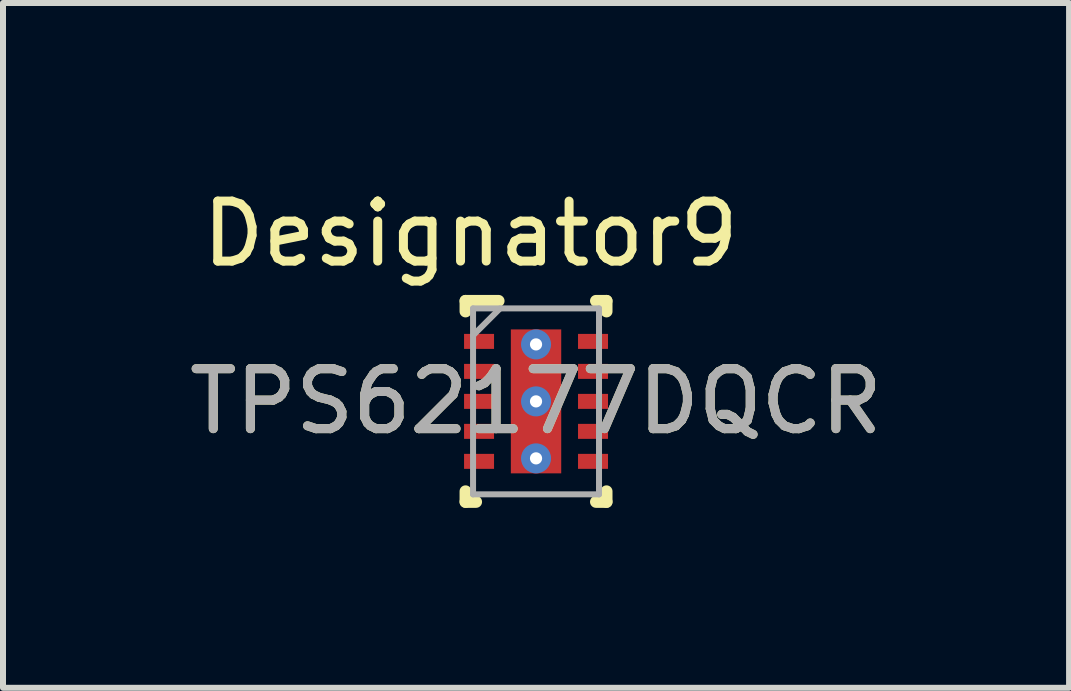
<source format=kicad_pcb>
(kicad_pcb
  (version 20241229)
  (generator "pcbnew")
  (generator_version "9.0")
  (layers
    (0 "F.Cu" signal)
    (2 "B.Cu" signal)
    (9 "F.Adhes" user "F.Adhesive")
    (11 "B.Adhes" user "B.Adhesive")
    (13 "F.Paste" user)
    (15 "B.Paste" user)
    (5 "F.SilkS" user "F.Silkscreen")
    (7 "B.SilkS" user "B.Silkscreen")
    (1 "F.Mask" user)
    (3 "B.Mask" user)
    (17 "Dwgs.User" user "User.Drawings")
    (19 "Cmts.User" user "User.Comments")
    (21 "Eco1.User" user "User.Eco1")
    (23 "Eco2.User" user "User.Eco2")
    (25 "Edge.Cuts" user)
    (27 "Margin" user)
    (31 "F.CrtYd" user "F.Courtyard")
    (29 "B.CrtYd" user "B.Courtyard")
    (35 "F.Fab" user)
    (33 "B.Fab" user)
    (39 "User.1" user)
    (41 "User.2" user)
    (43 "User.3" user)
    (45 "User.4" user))
  (footprint "TPS62177DQCR"
    (layer "F.Cu")
    (at 5.887 3.642)
    (property "Reference" "TPS62177DQCR" (at 0 0 0) (unlocked yes) (layer "F.SilkS") (effects (font (size 1 1) (thickness 0.15))))
    (attr smd)
    (fp_line (start -1.175 -1.675) (end -0.625 -1.675) (stroke (width 0.2) (type solid)) (layer "F.SilkS"))
    (fp_line (start -1.175 -1.5) (end -1.175 -1.675) (stroke (width 0.2) (type solid)) (layer "F.SilkS"))
    (fp_line (start -1.175 1.675) (end -1.175 1.5) (stroke (width 0.2) (type solid)) (layer "F.SilkS"))
    (fp_line (start -1.175 1.675) (end -1 1.675) (stroke (width 0.2) (type solid)) (layer "F.SilkS"))
    (fp_line (start 1 -1.675) (end 1.175 -1.675) (stroke (width 0.2) (type solid)) (layer "F.SilkS"))
    (fp_line (start 1 1.675) (end 1.175 1.675) (stroke (width 0.2) (type solid)) (layer "F.SilkS"))
    (fp_line (start 1.175 -1.5) (end 1.175 -1.675) (stroke (width 0.2) (type solid)) (layer "F.SilkS"))
    (fp_line (start 1.175 1.675) (end 1.175 1.5) (stroke (width 0.2) (type solid)) (layer "F.SilkS"))
    (fp_poly (pts (xy -0.4 -0.148) (xy -0.4 -1.132) (xy -0.399 -1.141) (xy -0.396 -1.15) (xy -0.392 -1.159) (xy -0.386 -1.166) (xy -0.379 -1.172) (xy -0.37 -1.176) (xy -0.361 -1.179) (xy -0.352 -1.18) (xy 0.352 -1.18) (xy 0.361 -1.179) (xy 0.37 -1.176) (xy 0.379 -1.172) (xy 0.386 -1.166) (xy 0.392 -1.159) (xy 0.396 -1.15) (xy 0.399 -1.141) (xy 0.4 -1.132) (xy 0.4 -0.148) (xy 0.399 -0.139) (xy 0.396 -0.13) (xy 0.392 -0.121) (xy 0.386 -0.114) (xy 0.379 -0.108) (xy 0.37 -0.104) (xy 0.361 -0.101) (xy 0.352 -0.1) (xy -0.352 -0.1) (xy -0.361 -0.101) (xy -0.37 -0.104) (xy -0.379 -0.108) (xy -0.386 -0.114) (xy -0.392 -0.121) (xy -0.396 -0.13) (xy -0.399 -0.139)) (stroke (width 0) (type solid)) (fill yes) (layer "F.Paste"))
    (fp_poly (pts (xy -0.4 1.132) (xy -0.4 0.148) (xy -0.399 0.139) (xy -0.396 0.13) (xy -0.392 0.121) (xy -0.386 0.114) (xy -0.379 0.108) (xy -0.37 0.104) (xy -0.361 0.101) (xy -0.352 0.1) (xy 0.352 0.1) (xy 0.361 0.101) (xy 0.37 0.104) (xy 0.379 0.108) (xy 0.386 0.114) (xy 0.392 0.121) (xy 0.396 0.13) (xy 0.399 0.139) (xy 0.4 0.148) (xy 0.4 1.132) (xy 0.399 1.141) (xy 0.396 1.15) (xy 0.392 1.159) (xy 0.386 1.166) (xy 0.379 1.172) (xy 0.37 1.176) (xy 0.361 1.179) (xy 0.352 1.18) (xy -0.352 1.18) (xy -0.361 1.179) (xy -0.37 1.176) (xy -0.379 1.172) (xy -0.386 1.166) (xy -0.392 1.159) (xy -0.396 1.15) (xy -0.399 1.141)) (stroke (width 0) (type solid)) (fill yes) (layer "F.Paste"))
    (fp_line (start -1.05 -1.55) (end 1.05 -1.55) (stroke (width 0.1) (type solid)) (layer "F.Fab"))
    (fp_line (start -1.05 -1.1) (end -0.6 -1.55) (stroke (width 0.1) (type solid)) (layer "F.Fab"))
    (fp_line (start -1.05 1.55) (end -1.05 -1.55) (stroke (width 0.1) (type solid)) (layer "F.Fab"))
    (fp_line (start -1.05 1.55) (end 1.05 1.55) (stroke (width 0.1) (type solid)) (layer "F.Fab"))
    (fp_line (start 1.05 1.55) (end 1.05 -1.55) (stroke (width 0.1) (type solid)) (layer "F.Fab"))
    (fp_text user "Designator9" (at -1.092 -2.794 0) (unlocked yes) (layer "F.SilkS") (effects (font (size 1 1) (thickness 0.15))))
    (fp_text user "${REFERENCE}" (at 0 0 0) (unlocked yes) (layer "F.Fab") (effects (font (size 1 1) (thickness 0.15))))
    (pad "1" smd rect (at -0.95 -1 90) (size 0.25 0.5) (layers "F.Cu" "F.Mask" "F.Paste"))
    (pad "2" smd rect (at -0.95 -0.5 90) (size 0.25 0.5) (layers "F.Cu" "F.Mask" "F.Paste"))
    (pad "3" smd rect (at -0.95 -0.000003 90) (size 0.25 0.5) (layers "F.Cu" "F.Mask" "F.Paste"))
    (pad "4" smd rect (at -0.95 0.5 90) (size 0.25 0.5) (layers "F.Cu" "F.Mask" "F.Paste"))
    (pad "5" smd rect (at -0.95 1 90) (size 0.25 0.5) (layers "F.Cu" "F.Mask" "F.Paste"))
    (pad "6" smd rect (at 0.95 1 90) (size 0.25 0.5) (layers "F.Cu" "F.Mask" "F.Paste"))
    (pad "7" smd rect (at 0.95 0.5 90) (size 0.25 0.5) (layers "F.Cu" "F.Mask" "F.Paste"))
    (pad "8" smd rect (at 0.95 -0.000003 90) (size 0.25 0.5) (layers "F.Cu" "F.Mask" "F.Paste"))
    (pad "9" smd rect (at 0.95 -0.5 90) (size 0.25 0.5) (layers "F.Cu" "F.Mask" "F.Paste"))
    (pad "10" smd rect (at 0.95 -1 90) (size 0.25 0.5) (layers "F.Cu" "F.Mask" "F.Paste"))
    (pad "11" smd rect (at 0 -0.000003) (size 0.84 2.4) (layers "F.Cu" "F.Mask" "F.Paste"))
    (pad "V" thru_hole circle (at 0 -0.95) (size 0.5 0.5) (drill 0.203) (layers "*.Cu" "*.Mask"))
    (pad "V" thru_hole circle (at 0 0) (size 0.5 0.5) (drill 0.203) (layers "*.Cu" "*.Mask"))
    (pad "V" thru_hole circle (at 0 0.95) (size 0.5 0.5) (drill 0.203) (layers "*.Cu" "*.Mask")))
  (gr_rect
    (start -3 -3)
    (end 14.774 8.417)
    (stroke (width 0.1) (type default))
    (fill no)
    (layer "Edge.Cuts")))
</source>
